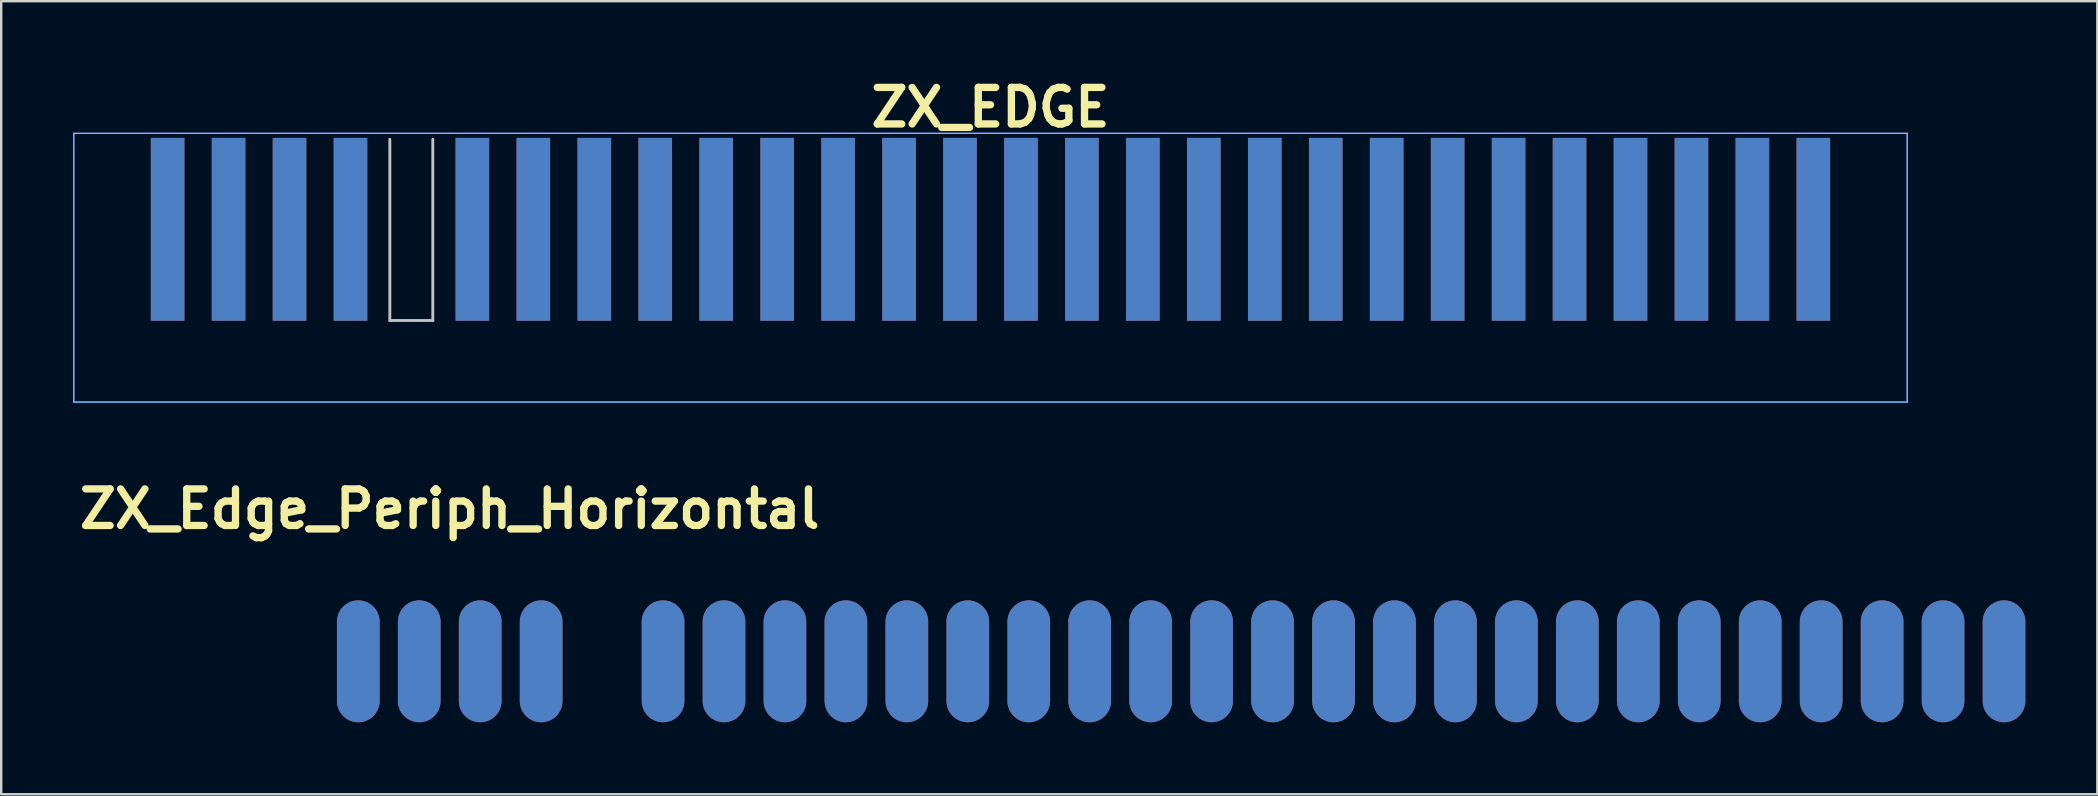
<source format=kicad_pcb>
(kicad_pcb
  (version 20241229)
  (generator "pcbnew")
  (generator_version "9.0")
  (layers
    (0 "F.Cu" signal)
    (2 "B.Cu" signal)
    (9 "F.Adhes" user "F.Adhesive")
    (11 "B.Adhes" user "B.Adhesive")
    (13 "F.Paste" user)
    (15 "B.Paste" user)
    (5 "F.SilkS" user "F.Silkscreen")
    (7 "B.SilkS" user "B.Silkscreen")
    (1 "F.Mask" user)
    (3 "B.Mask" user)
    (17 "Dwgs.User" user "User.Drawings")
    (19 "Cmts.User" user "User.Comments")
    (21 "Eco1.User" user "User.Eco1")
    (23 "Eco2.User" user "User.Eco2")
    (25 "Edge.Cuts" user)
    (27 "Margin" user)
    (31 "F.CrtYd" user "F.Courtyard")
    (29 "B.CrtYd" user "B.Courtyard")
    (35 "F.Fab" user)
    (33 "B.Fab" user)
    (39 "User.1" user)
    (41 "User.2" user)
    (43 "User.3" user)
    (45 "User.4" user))
  (footprint "ZX_Edge_Periph_Horizontal"
    (layer "F.Cu")
    (at 37.28 24.508)
    (property "Reference" "ZX_Edge_Periph_Horizontal" (at -21.59 -6.35 0) (layer "F.SilkS") (effects (font (size 1.524 1.524) (thickness 0.305))))
    (attr through_hole)
    (pad "A1" connect oval (at -25.4 0) (size 1.778 5.08) (layers "B.Cu" "B.Mask"))
    (pad "A2" connect oval (at -22.86 0) (size 1.778 5.08) (layers "B.Cu" "B.Mask"))
    (pad "A3" connect oval (at -20.32 0) (size 1.778 5.08) (layers "B.Cu" "B.Mask"))
    (pad "A4" connect oval (at -17.78 0) (size 1.778 5.08) (layers "B.Cu" "B.Mask"))
    (pad "A6" connect oval (at -12.7 0) (size 1.778 5.08) (layers "B.Cu" "B.Mask"))
    (pad "A7" connect oval (at -10.16 0) (size 1.778 5.08) (layers "B.Cu" "B.Mask"))
    (pad "A8" connect oval (at -7.62 0) (size 1.778 5.08) (layers "B.Cu" "B.Mask"))
    (pad "A9" connect oval (at -5.08 0) (size 1.778 5.08) (layers "B.Cu" "B.Mask"))
    (pad "A10" connect oval (at -2.54 0) (size 1.778 5.08) (layers "B.Cu" "B.Mask"))
    (pad "A11" connect oval (at 0 0) (size 1.778 5.08) (layers "B.Cu" "B.Mask"))
    (pad "A12" connect oval (at 2.54 0) (size 1.778 5.08) (layers "B.Cu" "B.Mask"))
    (pad "A13" connect oval (at 5.08 0) (size 1.778 5.08) (layers "B.Cu" "B.Mask"))
    (pad "A14" connect oval (at 7.62 0) (size 1.778 5.08) (layers "B.Cu" "B.Mask"))
    (pad "A15" connect oval (at 10.16 0) (size 1.778 5.08) (layers "B.Cu" "B.Mask"))
    (pad "A16" connect oval (at 12.7 0) (size 1.778 5.08) (layers "B.Cu" "B.Mask"))
    (pad "A17" connect oval (at 15.24 0) (size 1.778 5.08) (layers "B.Cu" "B.Mask"))
    (pad "A18" connect oval (at 17.78 0) (size 1.778 5.08) (layers "B.Cu" "B.Mask"))
    (pad "A19" connect oval (at 20.32 0) (size 1.778 5.08) (layers "B.Cu" "B.Mask"))
    (pad "A20" connect oval (at 22.86 0) (size 1.778 5.08) (layers "B.Cu" "B.Mask"))
    (pad "A21" connect oval (at 25.4 0) (size 1.778 5.08) (layers "B.Cu" "B.Mask"))
    (pad "A22" connect oval (at 27.94 0) (size 1.778 5.08) (layers "B.Cu" "B.Mask"))
    (pad "A23" connect oval (at 30.48 0) (size 1.778 5.08) (layers "B.Cu" "B.Mask"))
    (pad "A24" connect oval (at 33.02 0) (size 1.778 5.08) (layers "B.Cu" "B.Mask"))
    (pad "A25" connect oval (at 35.56 0) (size 1.778 5.08) (layers "B.Cu" "B.Mask"))
    (pad "A26" connect oval (at 38.1 0) (size 1.778 5.08) (layers "B.Cu" "B.Mask"))
    (pad "A27" connect oval (at 40.64 0) (size 1.778 5.08) (layers "B.Cu" "B.Mask"))
    (pad "A28" connect oval (at 43.18 0) (size 1.778 5.08) (layers "B.Cu" "B.Mask"))
    (pad "B1" connect oval (at -25.4 0) (size 1.778 5.08) (layers "F.Cu" "F.Mask"))
    (pad "B2" connect oval (at -22.86 0) (size 1.778 5.08) (layers "F.Cu" "F.Mask"))
    (pad "B3" connect oval (at -20.32 0) (size 1.778 5.08) (layers "F.Cu" "F.Mask"))
    (pad "B4" connect oval (at -17.78 0) (size 1.778 5.08) (layers "F.Cu" "F.Mask"))
    (pad "B6" connect oval (at -12.7 0) (size 1.778 5.08) (layers "F.Cu" "F.Mask"))
    (pad "B7" connect oval (at -10.16 0) (size 1.778 5.08) (layers "F.Cu" "F.Mask"))
    (pad "B8" connect oval (at -7.62 0) (size 1.778 5.08) (layers "F.Cu" "F.Mask"))
    (pad "B9" connect oval (at -5.08 0) (size 1.778 5.08) (layers "F.Cu" "F.Mask"))
    (pad "B10" connect oval (at -2.54 0) (size 1.778 5.08) (layers "F.Cu" "F.Mask"))
    (pad "B11" connect oval (at 0 0) (size 1.778 5.08) (layers "F.Cu" "F.Mask"))
    (pad "B12" connect oval (at 2.54 0) (size 1.778 5.08) (layers "F.Cu" "F.Mask"))
    (pad "B13" connect oval (at 5.08 0) (size 1.778 5.08) (layers "F.Cu" "F.Mask"))
    (pad "B14" connect oval (at 7.62 0) (size 1.778 5.08) (layers "F.Cu" "F.Mask"))
    (pad "B15" connect oval (at 10.16 0) (size 1.778 5.08) (layers "F.Cu" "F.Mask"))
    (pad "B16" connect oval (at 12.7 0) (size 1.778 5.08) (layers "F.Cu" "F.Mask"))
    (pad "B17" connect oval (at 15.24 0) (size 1.778 5.08) (layers "F.Cu" "F.Mask"))
    (pad "B18" connect oval (at 17.78 0) (size 1.778 5.08) (layers "F.Cu" "F.Mask"))
    (pad "B19" connect oval (at 20.32 0) (size 1.778 5.08) (layers "F.Cu" "F.Mask"))
    (pad "B20" connect oval (at 22.86 0) (size 1.778 5.08) (layers "F.Cu" "F.Mask"))
    (pad "B21" connect oval (at 25.4 0) (size 1.778 5.08) (layers "F.Cu" "F.Mask"))
    (pad "B22" connect oval (at 27.94 0) (size 1.778 5.08) (layers "F.Cu" "F.Mask"))
    (pad "B23" connect oval (at 30.48 0) (size 1.778 5.08) (layers "F.Cu" "F.Mask"))
    (pad "B24" connect oval (at 33.02 0) (size 1.778 5.08) (layers "F.Cu" "F.Mask"))
    (pad "B25" connect oval (at 35.56 0) (size 1.778 5.08) (layers "F.Cu" "F.Mask"))
    (pad "B26" connect oval (at 38.1 0) (size 1.778 5.08) (layers "F.Cu" "F.Mask"))
    (pad "B27" connect oval (at 40.64 0) (size 1.778 5.08) (layers "F.Cu" "F.Mask"))
    (pad "B28" connect oval (at 43.18 0) (size 1.778 5.08) (layers "F.Cu" "F.Mask")))
  (footprint "ZX_EDGE"
    (layer "F.Cu")
    (at 38.225 6.506)
    (property "Reference" "ZX_EDGE" (at 0 -5.08 0) (layer "F.SilkS") (effects (font (size 1.524 1.524) (thickness 0.305))))
    (attr through_hole)
    (fp_line (start -25.03 -3.75) (end -25.03 3.8) (stroke (width 0.12) (type solid)) (layer "Dwgs.User"))
    (fp_line (start -25.03 3.8) (end -23.24 3.8) (stroke (width 0.12) (type solid)) (layer "Dwgs.User"))
    (fp_line (start -23.24 3.8) (end -23.24 -3.75) (stroke (width 0.12) (type solid)) (layer "Dwgs.User"))
    (fp_line (start -38.2 -4) (end 38.2 -4) (stroke (width 0.05) (type solid)) (layer "B.CrtYd"))
    (fp_line (start -38.2 7.2) (end -38.2 -4) (stroke (width 0.05) (type solid)) (layer "B.CrtYd"))
    (fp_line (start 38.2 -4) (end 38.2 7.2) (stroke (width 0.05) (type solid)) (layer "B.CrtYd"))
    (fp_line (start 38.2 7.2) (end -38.2 7.2) (stroke (width 0.05) (type solid)) (layer "B.CrtYd"))
    (fp_line (start -38.2 -4) (end 38.2 -4) (stroke (width 0.05) (type solid)) (layer "F.CrtYd"))
    (fp_line (start -38.2 7.2) (end -38.2 -4) (stroke (width 0.05) (type solid)) (layer "F.CrtYd"))
    (fp_line (start 38.2 -4) (end 38.2 7.2) (stroke (width 0.05) (type solid)) (layer "F.CrtYd"))
    (fp_line (start 38.2 7.2) (end -38.2 7.2) (stroke (width 0.05) (type solid)) (layer "F.CrtYd"))
    (pad "A1" connect rect (at -34.29 0) (size 1.4 7.62) (layers "B.Cu" "B.Mask"))
    (pad "A2" connect rect (at -31.75 0) (size 1.4 7.62) (layers "B.Cu" "B.Mask"))
    (pad "A3" connect rect (at -29.21 0) (size 1.4 7.62) (layers "B.Cu" "B.Mask"))
    (pad "A4" connect rect (at -26.67 0) (size 1.4 7.62) (layers "B.Cu" "B.Mask"))
    (pad "A6" connect rect (at -21.59 0) (size 1.4 7.62) (layers "B.Cu" "B.Mask"))
    (pad "A7" connect rect (at -19.05 0) (size 1.4 7.62) (layers "B.Cu" "B.Mask"))
    (pad "A8" connect rect (at -16.51 0) (size 1.4 7.62) (layers "B.Cu" "B.Mask"))
    (pad "A9" connect rect (at -13.97 0) (size 1.4 7.62) (layers "B.Cu" "B.Mask"))
    (pad "A10" connect rect (at -11.43 0) (size 1.4 7.62) (layers "B.Cu" "B.Mask"))
    (pad "A11" connect rect (at -8.89 0) (size 1.4 7.62) (layers "B.Cu" "B.Mask"))
    (pad "A12" connect rect (at -6.35 0) (size 1.4 7.62) (layers "B.Cu" "B.Mask"))
    (pad "A13" connect rect (at -3.81 0) (size 1.4 7.62) (layers "B.Cu" "B.Mask"))
    (pad "A14" connect rect (at -1.27 0) (size 1.4 7.62) (layers "B.Cu" "B.Mask"))
    (pad "A15" connect rect (at 1.27 0) (size 1.4 7.62) (layers "B.Cu" "B.Mask"))
    (pad "A16" connect rect (at 3.81 0) (size 1.4 7.62) (layers "B.Cu" "B.Mask"))
    (pad "A17" connect rect (at 6.35 0) (size 1.4 7.62) (layers "B.Cu" "B.Mask"))
    (pad "A18" connect rect (at 8.89 0) (size 1.4 7.62) (layers "B.Cu" "B.Mask"))
    (pad "A19" connect rect (at 11.43 0) (size 1.4 7.62) (layers "B.Cu" "B.Mask"))
    (pad "A20" connect rect (at 13.97 0) (size 1.4 7.62) (layers "B.Cu" "B.Mask"))
    (pad "A21" connect rect (at 16.51 0) (size 1.4 7.62) (layers "B.Cu" "B.Mask"))
    (pad "A22" connect rect (at 19.05 0) (size 1.4 7.62) (layers "B.Cu" "B.Mask"))
    (pad "A23" connect rect (at 21.59 0) (size 1.4 7.62) (layers "B.Cu" "B.Mask"))
    (pad "A24" connect rect (at 24.13 0) (size 1.4 7.62) (layers "B.Cu" "B.Mask"))
    (pad "A25" connect rect (at 26.67 0) (size 1.4 7.62) (layers "B.Cu" "B.Mask"))
    (pad "A26" connect rect (at 29.21 0) (size 1.4 7.62) (layers "B.Cu" "B.Mask"))
    (pad "A27" connect rect (at 31.75 0) (size 1.4 7.62) (layers "B.Cu" "B.Mask"))
    (pad "A28" connect rect (at 34.29 0) (size 1.4 7.62) (layers "B.Cu" "B.Mask"))
    (pad "B1" connect rect (at -34.29 0) (size 1.4 7.62) (layers "F.Cu" "F.Mask"))
    (pad "B2" connect rect (at -31.75 0) (size 1.4 7.62) (layers "F.Cu" "F.Mask"))
    (pad "B3" connect rect (at -29.21 0) (size 1.4 7.62) (layers "F.Cu" "F.Mask"))
    (pad "B4" connect rect (at -26.67 0) (size 1.4 7.62) (layers "F.Cu" "F.Mask"))
    (pad "B6" connect rect (at -21.59 0) (size 1.4 7.62) (layers "F.Cu" "F.Mask"))
    (pad "B7" connect rect (at -19.05 0) (size 1.4 7.62) (layers "F.Cu" "F.Mask"))
    (pad "B8" connect rect (at -16.51 0) (size 1.4 7.62) (layers "F.Cu" "F.Mask"))
    (pad "B9" connect rect (at -13.97 0) (size 1.4 7.62) (layers "F.Cu" "F.Mask"))
    (pad "B10" connect rect (at -11.43 0) (size 1.4 7.62) (layers "F.Cu" "F.Mask"))
    (pad "B11" connect rect (at -8.89 0) (size 1.4 7.62) (layers "F.Cu" "F.Mask"))
    (pad "B12" connect rect (at -6.35 0) (size 1.4 7.62) (layers "F.Cu" "F.Mask"))
    (pad "B13" connect rect (at -3.81 0) (size 1.4 7.62) (layers "F.Cu" "F.Mask"))
    (pad "B14" connect rect (at -1.27 0) (size 1.4 7.62) (layers "F.Cu" "F.Mask"))
    (pad "B15" connect rect (at 1.27 0) (size 1.4 7.62) (layers "F.Cu" "F.Mask"))
    (pad "B16" connect rect (at 3.81 0) (size 1.4 7.62) (layers "F.Cu" "F.Mask"))
    (pad "B17" connect rect (at 6.35 0) (size 1.4 7.62) (layers "F.Cu" "F.Mask"))
    (pad "B18" connect rect (at 8.89 0) (size 1.4 7.62) (layers "F.Cu" "F.Mask"))
    (pad "B19" connect rect (at 11.43 0) (size 1.4 7.62) (layers "F.Cu" "F.Mask"))
    (pad "B20" connect rect (at 13.97 0) (size 1.4 7.62) (layers "F.Cu" "F.Mask"))
    (pad "B21" connect rect (at 16.51 0) (size 1.4 7.62) (layers "F.Cu" "F.Mask"))
    (pad "B22" connect rect (at 19.05 0) (size 1.4 7.62) (layers "F.Cu" "F.Mask"))
    (pad "B23" connect rect (at 21.59 0) (size 1.4 7.62) (layers "F.Cu" "F.Mask"))
    (pad "B24" connect rect (at 24.13 0) (size 1.4 7.62) (layers "F.Cu" "F.Mask"))
    (pad "B25" connect rect (at 26.67 0) (size 1.4 7.62) (layers "F.Cu" "F.Mask"))
    (pad "B26" connect rect (at 29.21 0) (size 1.4 7.62) (layers "F.Cu" "F.Mask"))
    (pad "B27" connect rect (at 31.75 0) (size 1.4 7.62) (layers "F.Cu" "F.Mask"))
    (pad "B28" connect rect (at 34.29 0) (size 1.4 7.62) (layers "F.Cu" "F.Mask")))
  (gr_rect
    (start -3 -3)
    (end 84.349 30.048)
    (stroke (width 0.1) (type default))
    (fill no)
    (layer "Edge.Cuts")))
</source>
